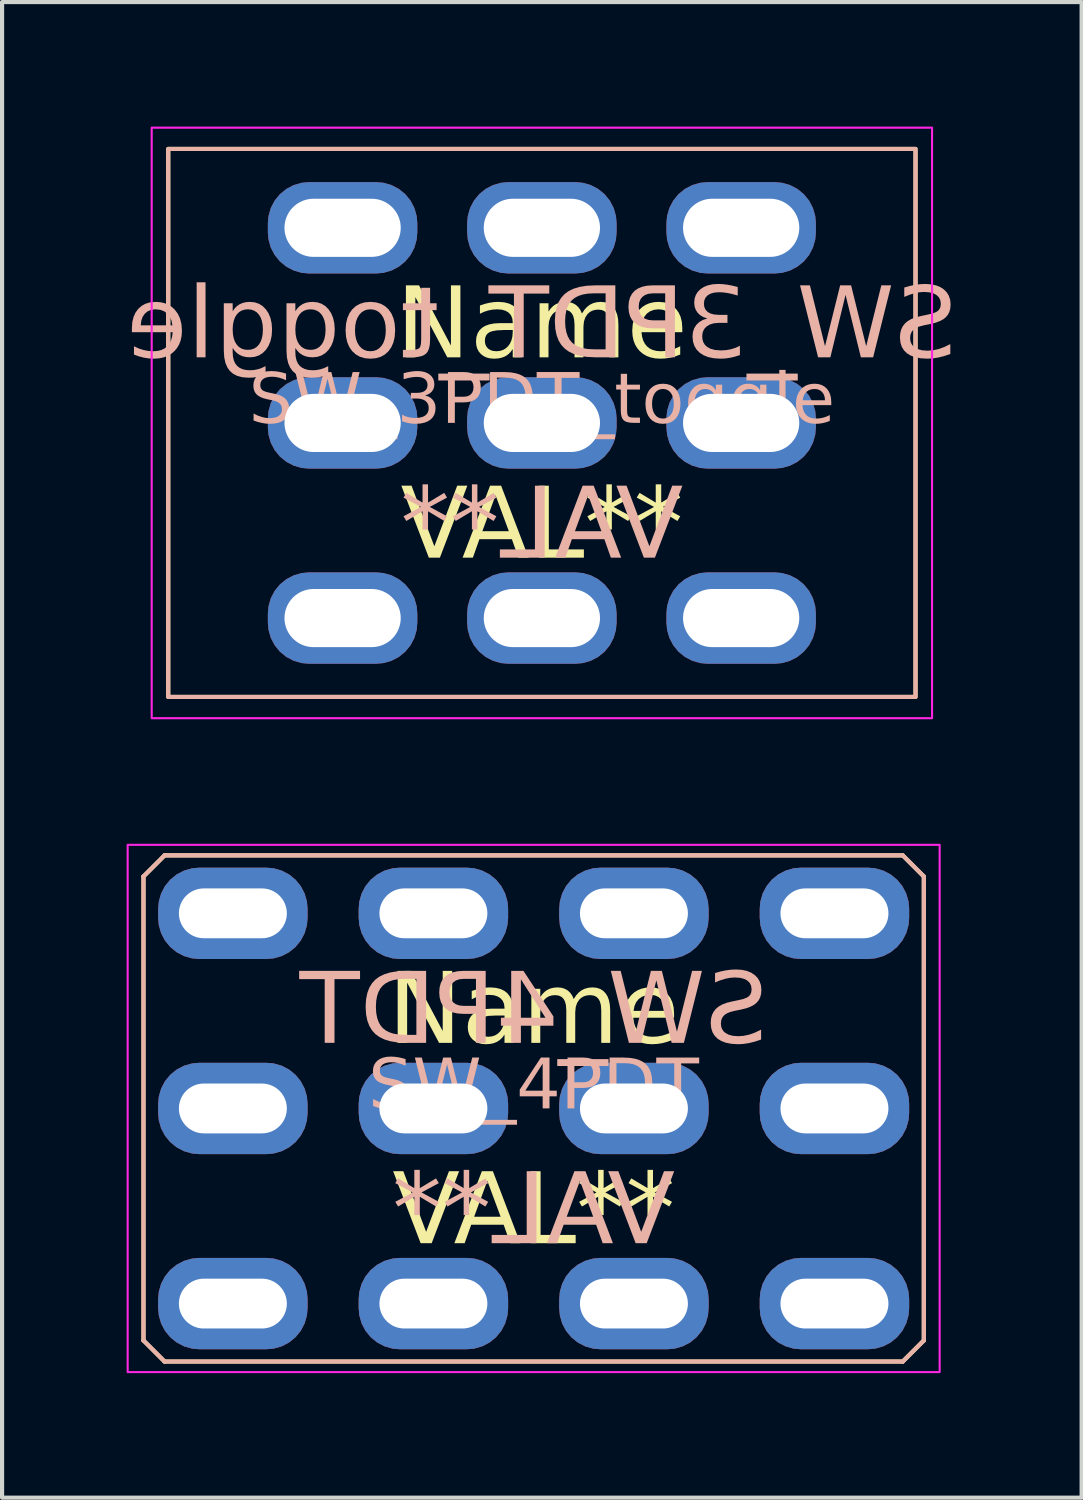
<source format=kicad_pcb>
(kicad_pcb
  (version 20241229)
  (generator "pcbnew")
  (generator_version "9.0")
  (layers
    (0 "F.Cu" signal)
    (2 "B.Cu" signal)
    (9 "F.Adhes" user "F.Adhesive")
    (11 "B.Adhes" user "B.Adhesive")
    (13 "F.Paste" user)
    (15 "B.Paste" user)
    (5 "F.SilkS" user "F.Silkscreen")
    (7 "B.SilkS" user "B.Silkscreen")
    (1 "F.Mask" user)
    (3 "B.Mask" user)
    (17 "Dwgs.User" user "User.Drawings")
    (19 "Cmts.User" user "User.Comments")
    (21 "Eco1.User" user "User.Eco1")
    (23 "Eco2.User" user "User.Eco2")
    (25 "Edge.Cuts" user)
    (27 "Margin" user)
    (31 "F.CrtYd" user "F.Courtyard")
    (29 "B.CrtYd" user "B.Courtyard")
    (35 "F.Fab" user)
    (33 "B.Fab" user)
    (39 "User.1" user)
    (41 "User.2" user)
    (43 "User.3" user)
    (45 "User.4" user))
  (footprint "SW_4PDT"
    (layer "F.Cu")
    (at 9.804 23.649)
    (property "Reference" "SW_4PDT" (at 0 -0.5 0) (unlocked yes) (layer "B.SilkS") (effects (font (face "Milk Run") (size 1.2 1.2) (thickness 0.1))))
    (property "Value" "VAL**" (at 0 1 0) (unlocked yes) (layer "F.SilkS") (hide yes) (effects (font (face "Milk Run") (size 1.2 1.2) (thickness 0.1))))
    (property "Description" "Name" (at 0 -2.286 0) (unlocked yes) (layer "F.SilkS") (effects (font (face "Milk Run") (size 1.7 1.7) (thickness 0.15))))
    (attr through_hole)
    (fp_line (start -9.398 -5.588) (end -9.398 5.588) (stroke (width 0.1) (type default)) (layer "F.SilkS"))
    (fp_line (start -9.398 5.588) (end -8.89 6.096) (stroke (width 0.1) (type default)) (layer "F.SilkS"))
    (fp_line (start -8.89 -6.096) (end -9.398 -5.588) (stroke (width 0.1) (type default)) (layer "F.SilkS"))
    (fp_line (start -8.89 6.096) (end 8.89 6.096) (stroke (width 0.1) (type default)) (layer "F.SilkS"))
    (fp_line (start 8.89 -6.096) (end -8.89 -6.096) (stroke (width 0.1) (type default)) (layer "F.SilkS"))
    (fp_line (start 8.89 6.096) (end 9.398 5.588) (stroke (width 0.1) (type default)) (layer "F.SilkS"))
    (fp_line (start 9.398 -5.588) (end 8.89 -6.096) (stroke (width 0.1) (type default)) (layer "F.SilkS"))
    (fp_line (start 9.398 5.588) (end 9.398 -5.588) (stroke (width 0.1) (type default)) (layer "F.SilkS"))
    (fp_line (start -9.398 -5.588) (end -9.398 5.588) (stroke (width 0.1) (type default)) (layer "B.SilkS"))
    (fp_line (start -9.398 5.588) (end -8.89 6.096) (stroke (width 0.1) (type default)) (layer "B.SilkS"))
    (fp_line (start -8.89 -6.096) (end -9.398 -5.588) (stroke (width 0.1) (type default)) (layer "B.SilkS"))
    (fp_line (start -8.89 6.096) (end 8.89 6.096) (stroke (width 0.1) (type default)) (layer "B.SilkS"))
    (fp_line (start 8.89 -6.096) (end -8.89 -6.096) (stroke (width 0.1) (type default)) (layer "B.SilkS"))
    (fp_line (start 8.89 6.096) (end 9.398 5.588) (stroke (width 0.1) (type default)) (layer "B.SilkS"))
    (fp_line (start 9.398 -5.588) (end 8.89 -6.096) (stroke (width 0.1) (type default)) (layer "B.SilkS"))
    (fp_line (start 9.398 5.588) (end 9.398 -5.588) (stroke (width 0.1) (type default)) (layer "B.SilkS"))
    (fp_rect (start -9.779 -6.35) (end 9.779 6.35) (stroke (width 0.05) (type default)) (fill no) (layer "F.CrtYd"))
    (fp_text user "${VALUE}" (at 0 2.54 0) (layer "F.SilkS") (effects (font (face "Milk Run") (size 1.7 1.7) (thickness 0.1))))
    (fp_text user "${REFERENCE}" (at 0 -2.286 0) (layer "B.SilkS") (effects (font (face "Milk Run") (size 1.7 1.7) (thickness 0.1)) (justify mirror)))
    (fp_text user "${VALUE}" (at 0 2.54 0) (layer "B.SilkS") (effects (font (face "Milk Run") (size 1.7 1.7) (thickness 0.1)) (justify mirror)))
    (pad "1" thru_hole roundrect (at -7.245 -4.7) (size 3.6 2.2) (drill oval 2.6 1.2) (layers "*.Cu" "*.Mask") (roundrect_rratio 0.45))
    (pad "2" thru_hole roundrect (at -7.245 0) (size 3.6 2.2) (drill oval 2.6 1.2) (layers "*.Cu" "*.Mask") (roundrect_rratio 0.45))
    (pad "3" thru_hole roundrect (at -7.245 4.7) (size 3.6 2.2) (drill oval 2.6 1.2) (layers "*.Cu" "*.Mask") (roundrect_rratio 0.45))
    (pad "4" thru_hole roundrect (at -2.415 -4.7) (size 3.6 2.2) (drill oval 2.6 1.2) (layers "*.Cu" "*.Mask") (roundrect_rratio 0.45))
    (pad "5" thru_hole roundrect (at -2.415 0) (size 3.6 2.2) (drill oval 2.6 1.2) (layers "*.Cu" "*.Mask") (roundrect_rratio 0.45))
    (pad "6" thru_hole roundrect (at -2.415 4.7) (size 3.6 2.2) (drill oval 2.6 1.2) (layers "*.Cu" "*.Mask") (roundrect_rratio 0.45))
    (pad "7" thru_hole roundrect (at 2.415 -4.7) (size 3.6 2.2) (drill oval 2.6 1.2) (layers "*.Cu" "*.Mask") (roundrect_rratio 0.45))
    (pad "8" thru_hole roundrect (at 2.415 0) (size 3.6 2.2) (drill oval 2.6 1.2) (layers "*.Cu" "*.Mask") (roundrect_rratio 0.45))
    (pad "9" thru_hole roundrect (at 2.415 4.7) (size 3.6 2.2) (drill oval 2.6 1.2) (layers "*.Cu" "*.Mask") (roundrect_rratio 0.45))
    (pad "10" thru_hole roundrect (at 7.245 -4.7) (size 3.6 2.2) (drill oval 2.6 1.2) (layers "*.Cu" "*.Mask") (roundrect_rratio 0.45))
    (pad "11" thru_hole roundrect (at 7.245 0) (size 3.6 2.2) (drill oval 2.6 1.2) (layers "*.Cu" "*.Mask") (roundrect_rratio 0.45))
    (pad "12" thru_hole roundrect (at 7.245 4.7) (size 3.6 2.2) (drill oval 2.6 1.2) (layers "*.Cu" "*.Mask") (roundrect_rratio 0.45)))
  (footprint "SW_3PDT_toggle"
    (layer "F.Cu")
    (at 10.002 7.137)
    (property "Reference" "SW_3PDT_toggle" (at 0 -0.5 0) (unlocked yes) (layer "B.SilkS") (effects (font (face "Milk Run") (size 1.2 1.2) (thickness 0.1))))
    (property "Value" "VAL**" (at 0 1 0) (unlocked yes) (layer "F.SilkS") (hide yes) (effects (font (face "Milk Run") (size 1.2 1.2) (thickness 0.1))))
    (property "Description" "Name" (at 0 -2.286 0) (layer "F.SilkS") (effects (font (face "Milk Run") (size 1.7 1.7) (thickness 0.15))))
    (attr through_hole)
    (fp_rect (start -9 -6.6) (end 9 6.6) (stroke (width 0.1) (type default)) (fill no) (layer "F.SilkS"))
    (fp_rect (start -9 -6.6) (end 9 6.6) (stroke (width 0.1) (type default)) (fill no) (layer "B.SilkS"))
    (fp_rect (start -9.398 -7.112) (end 9.398 7.112) (stroke (width 0.05) (type default)) (fill no) (layer "F.CrtYd"))
    (fp_text user "${VALUE}" (at 0 2.54 0) (layer "F.SilkS") (effects (font (face "Milk Run") (size 1.7 1.7) (thickness 0.1))))
    (fp_text user "${VALUE}" (at 0 2.54 0) (layer "B.SilkS") (effects (font (face "Milk Run") (size 1.7 1.7) (thickness 0.1)) (justify mirror)))
    (fp_text user "${REFERENCE}" (at 0 -2.286 0) (layer "B.SilkS") (effects (font (face "Milk Run") (size 1.7 1.7) (thickness 0.1)) (justify mirror)))
    (pad "1" thru_hole roundrect (at -4.8 0) (size 3.6 2.2) (drill oval 2.8 1.4) (layers "*.Cu" "*.Mask") (roundrect_rratio 0.45))
    (pad "2" thru_hole roundrect (at -4.8 -4.7) (size 3.6 2.2) (drill oval 2.8 1.4) (layers "*.Cu" "*.Mask") (roundrect_rratio 0.45))
    (pad "2" thru_hole roundrect (at 0 4.7) (size 3.6 2.2) (drill oval 2.8 1.4) (layers "*.Cu" "*.Mask") (roundrect_rratio 0.45))
    (pad "3" thru_hole roundrect (at 0 0) (size 3.6 2.2) (drill oval 2.8 1.4) (layers "*.Cu" "*.Mask") (roundrect_rratio 0.45))
    (pad "4" thru_hole roundrect (at 0 -4.7) (size 3.6 2.2) (drill oval 2.8 1.4) (layers "*.Cu" "*.Mask") (roundrect_rratio 0.45))
    (pad "5" thru_hole roundrect (at 4.8 -4.7) (size 3.6 2.2) (drill oval 2.8 1.4) (layers "*.Cu" "*.Mask") (roundrect_rratio 0.45))
    (pad "6" thru_hole roundrect (at 4.8 0) (size 3.6 2.2) (drill oval 2.8 1.4) (layers "*.Cu" "*.Mask") (roundrect_rratio 0.45))
    (pad "7" thru_hole roundrect (at -4.8 4.7) (size 3.6 2.2) (drill oval 2.8 1.4) (layers "*.Cu" "*.Mask") (roundrect_rratio 0.45))
    (pad "7" thru_hole roundrect (at 4.8 4.7) (size 3.6 2.2) (drill oval 2.8 1.4) (layers "*.Cu" "*.Mask") (roundrect_rratio 0.45)))
  (gr_rect
    (start -3 -3)
    (end 23.003 33.024)
    (stroke (width 0.1) (type default))
    (fill no)
    (layer "Edge.Cuts")))
</source>
